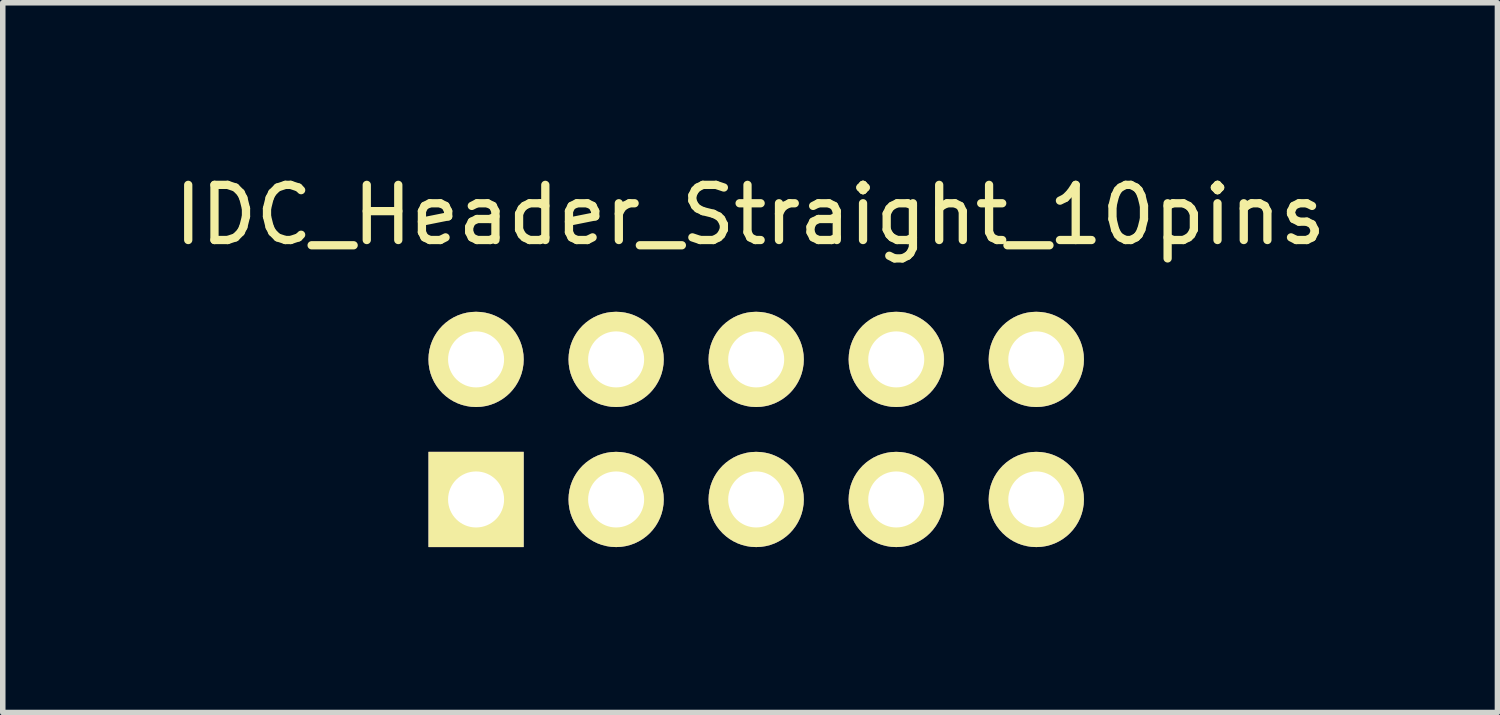
<source format=kicad_pcb>
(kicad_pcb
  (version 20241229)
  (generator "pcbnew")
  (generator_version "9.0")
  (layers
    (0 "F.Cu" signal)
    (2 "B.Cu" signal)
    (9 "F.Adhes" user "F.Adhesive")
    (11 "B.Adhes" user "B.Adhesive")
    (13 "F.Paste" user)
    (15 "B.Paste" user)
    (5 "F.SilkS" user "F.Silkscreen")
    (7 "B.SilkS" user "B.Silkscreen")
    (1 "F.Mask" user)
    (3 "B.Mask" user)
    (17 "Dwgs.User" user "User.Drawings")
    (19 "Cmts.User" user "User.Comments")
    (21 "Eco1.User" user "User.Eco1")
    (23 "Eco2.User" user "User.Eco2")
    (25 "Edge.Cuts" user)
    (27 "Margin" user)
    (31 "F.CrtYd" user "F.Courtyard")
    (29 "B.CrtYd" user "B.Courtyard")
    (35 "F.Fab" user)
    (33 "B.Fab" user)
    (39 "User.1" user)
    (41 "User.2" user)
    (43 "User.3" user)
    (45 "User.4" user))
  (footprint "IDC_Header_Straight_10pins"
    (layer "F.Cu")
    (at 5.584 6.008)
    (property "Reference" "IDC_Header_Straight_10pins" (at 4.97 -5.16 0) (layer "F.SilkS") (effects (font (size 1 1) (thickness 0.15))))
    (attr through_hole)
    (pad "1" thru_hole rect (at 0 0) (size 1.727 1.727) (drill 1.016) (layers "*.Cu" "*.Mask" "F.SilkS"))
    (pad "2" thru_hole oval (at 0 -2.54) (size 1.727 1.727) (drill 1.016) (layers "*.Cu" "*.Mask" "F.SilkS"))
    (pad "3" thru_hole oval (at 2.54 0) (size 1.727 1.727) (drill 1.016) (layers "*.Cu" "*.Mask" "F.SilkS"))
    (pad "4" thru_hole oval (at 2.54 -2.54) (size 1.727 1.727) (drill 1.016) (layers "*.Cu" "*.Mask" "F.SilkS"))
    (pad "5" thru_hole oval (at 5.08 0) (size 1.727 1.727) (drill 1.016) (layers "*.Cu" "*.Mask" "F.SilkS"))
    (pad "6" thru_hole oval (at 5.08 -2.54) (size 1.727 1.727) (drill 1.016) (layers "*.Cu" "*.Mask" "F.SilkS"))
    (pad "7" thru_hole oval (at 7.62 0) (size 1.727 1.727) (drill 1.016) (layers "*.Cu" "*.Mask" "F.SilkS"))
    (pad "8" thru_hole oval (at 7.62 -2.54) (size 1.727 1.727) (drill 1.016) (layers "*.Cu" "*.Mask" "F.SilkS"))
    (pad "9" thru_hole oval (at 10.16 0) (size 1.727 1.727) (drill 1.016) (layers "*.Cu" "*.Mask" "F.SilkS"))
    (pad "10" thru_hole oval (at 10.16 -2.54) (size 1.727 1.727) (drill 1.016) (layers "*.Cu" "*.Mask" "F.SilkS")))
  (gr_rect
    (start -3 -3)
    (end 24.107 9.872)
    (stroke (width 0.1) (type default))
    (fill no)
    (layer "Edge.Cuts")))
</source>
